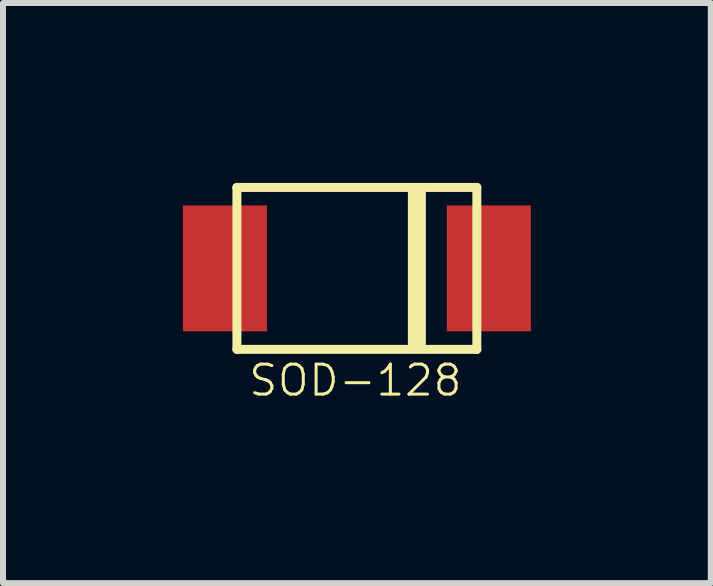
<source format=kicad_pcb>
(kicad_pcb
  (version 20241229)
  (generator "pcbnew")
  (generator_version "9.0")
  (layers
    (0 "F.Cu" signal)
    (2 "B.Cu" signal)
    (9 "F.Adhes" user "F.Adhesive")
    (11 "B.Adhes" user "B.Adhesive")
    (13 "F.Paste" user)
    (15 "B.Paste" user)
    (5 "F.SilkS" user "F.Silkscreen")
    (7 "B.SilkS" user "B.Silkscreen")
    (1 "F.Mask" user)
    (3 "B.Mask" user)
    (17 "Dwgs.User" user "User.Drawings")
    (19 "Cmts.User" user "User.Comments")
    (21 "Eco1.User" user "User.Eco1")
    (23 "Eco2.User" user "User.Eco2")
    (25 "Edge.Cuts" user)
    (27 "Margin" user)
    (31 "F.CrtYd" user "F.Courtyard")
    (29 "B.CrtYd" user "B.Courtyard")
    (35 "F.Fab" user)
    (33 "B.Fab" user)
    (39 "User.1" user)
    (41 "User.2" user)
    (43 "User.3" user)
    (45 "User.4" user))
  (footprint "SOD-128"
    (layer "F.Cu")
    (at 2.9 1.425)
    (property "Reference" "SOD-128" (at -0.025 1.867 0) (layer "F.SilkS") (effects (font (size 0.5 0.5) (thickness 0.05))))
    (attr smd)
    (fp_line (start -2 -1.35) (end -2 1.35) (stroke (width 0.15) (type solid)) (layer "F.SilkS"))
    (fp_line (start -2 -1.35) (end 2 -1.35) (stroke (width 0.15) (type solid)) (layer "F.SilkS"))
    (fp_line (start -2 1.35) (end 2 1.35) (stroke (width 0.15) (type solid)) (layer "F.SilkS"))
    (fp_line (start 1 -1.25) (end 1 1.25) (stroke (width 0.3) (type solid)) (layer "F.SilkS"))
    (fp_line (start 2 -1.35) (end 2 1.35) (stroke (width 0.15) (type solid)) (layer "F.SilkS"))
    (pad "1" smd rect (at 2.2 0) (size 1.4 2.1) (layers "F.Cu" "F.Mask" "F.Paste"))
    (pad "2" smd rect (at -2.2 0) (size 1.4 2.1) (layers "F.Cu" "F.Mask" "F.Paste")))
  (gr_rect
    (start -3 -3)
    (end 8.8 6.672)
    (stroke (width 0.1) (type default))
    (fill no)
    (layer "Edge.Cuts")))
</source>
